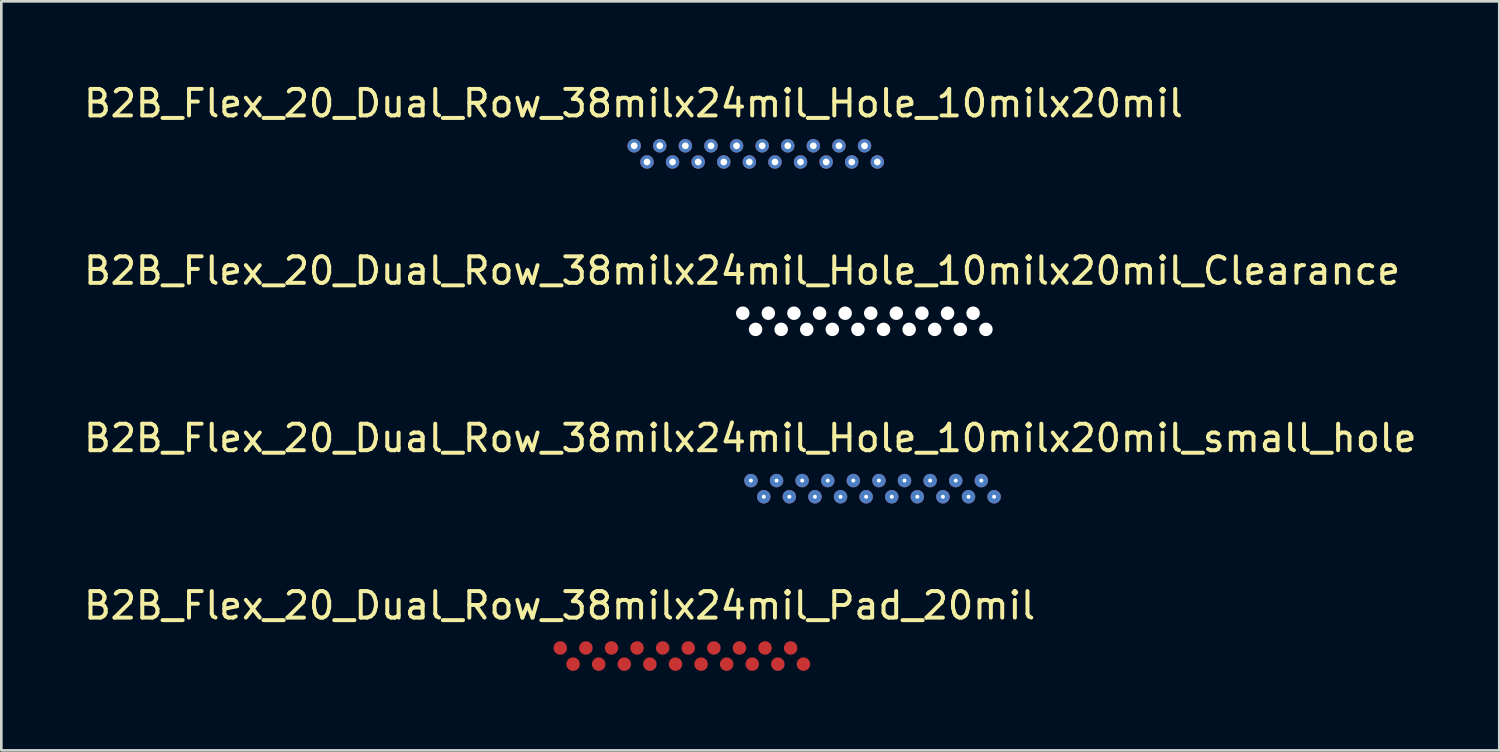
<source format=kicad_pcb>
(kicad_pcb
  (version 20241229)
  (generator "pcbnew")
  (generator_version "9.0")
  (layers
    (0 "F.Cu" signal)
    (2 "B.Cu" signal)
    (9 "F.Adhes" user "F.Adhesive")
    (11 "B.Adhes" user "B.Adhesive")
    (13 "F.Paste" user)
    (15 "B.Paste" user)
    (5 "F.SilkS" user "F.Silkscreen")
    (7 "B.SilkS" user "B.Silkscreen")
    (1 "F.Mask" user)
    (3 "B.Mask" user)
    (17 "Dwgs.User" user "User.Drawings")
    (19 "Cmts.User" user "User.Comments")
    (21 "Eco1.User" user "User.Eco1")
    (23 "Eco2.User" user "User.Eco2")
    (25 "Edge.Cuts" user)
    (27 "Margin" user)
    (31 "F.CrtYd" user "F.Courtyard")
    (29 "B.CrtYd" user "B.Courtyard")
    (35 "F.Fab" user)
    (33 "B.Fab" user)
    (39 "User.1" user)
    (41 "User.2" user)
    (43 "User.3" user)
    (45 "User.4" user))
  (footprint "B2B_Flex_20_Dual_Row_38milx24mil_Pad_20mil"
    (layer "F.Cu")
    (at 18.079 21.385)
    (property "Reference" "B2B_Flex_20_Dual_Row_38milx24mil_Pad_20mil" (at -0.025 -1.6 0) (layer "F.SilkS") (effects (font (size 1 1) (thickness 0.15))))
    (attr through_hole)
    (pad "1" smd circle (at 0 0) (size 0.508 0.508) (layers "F.Cu" "F.Mask" "F.Paste"))
    (pad "2" smd circle (at 0.483 0.61) (size 0.508 0.508) (layers "F.Cu" "F.Mask" "F.Paste"))
    (pad "3" smd circle (at 0.965 0) (size 0.508 0.508) (layers "F.Cu" "F.Mask" "F.Paste"))
    (pad "4" smd circle (at 1.448 0.61) (size 0.508 0.508) (layers "F.Cu" "F.Mask" "F.Paste"))
    (pad "5" smd circle (at 1.93 0) (size 0.508 0.508) (layers "F.Cu" "F.Mask" "F.Paste"))
    (pad "6" smd circle (at 2.413 0.61) (size 0.508 0.508) (layers "F.Cu" "F.Mask" "F.Paste"))
    (pad "7" smd circle (at 2.896 0) (size 0.508 0.508) (layers "F.Cu" "F.Mask" "F.Paste"))
    (pad "8" smd circle (at 3.378 0.61) (size 0.508 0.508) (layers "F.Cu" "F.Mask" "F.Paste"))
    (pad "9" smd circle (at 3.861 0) (size 0.508 0.508) (layers "F.Cu" "F.Mask" "F.Paste"))
    (pad "10" smd circle (at 4.343 0.61) (size 0.508 0.508) (layers "F.Cu" "F.Mask" "F.Paste"))
    (pad "11" smd circle (at 4.826 0) (size 0.508 0.508) (layers "F.Cu" "F.Mask" "F.Paste"))
    (pad "12" smd circle (at 5.309 0.61) (size 0.508 0.508) (layers "F.Cu" "F.Mask" "F.Paste"))
    (pad "13" smd circle (at 5.791 0) (size 0.508 0.508) (layers "F.Cu" "F.Mask" "F.Paste"))
    (pad "14" smd circle (at 6.274 0.61) (size 0.508 0.508) (layers "F.Cu" "F.Mask" "F.Paste"))
    (pad "15" smd circle (at 6.756 0) (size 0.508 0.508) (layers "F.Cu" "F.Mask" "F.Paste"))
    (pad "16" smd circle (at 7.239 0.61) (size 0.508 0.508) (layers "F.Cu" "F.Mask" "F.Paste"))
    (pad "17" smd circle (at 7.722 0) (size 0.508 0.508) (layers "F.Cu" "F.Mask" "F.Paste"))
    (pad "18" smd circle (at 8.204 0.61) (size 0.508 0.508) (layers "F.Cu" "F.Mask" "F.Paste"))
    (pad "19" smd circle (at 8.687 0) (size 0.508 0.508) (layers "F.Cu" "F.Mask" "F.Paste"))
    (pad "20" smd circle (at 9.169 0.61) (size 0.508 0.508) (layers "F.Cu" "F.Mask" "F.Paste")))
  (footprint "B2B_Flex_20_Dual_Row_38milx24mil_Hole_10milx20mil"
    (layer "F.Cu")
    (at 20.865 2.448)
    (property "Reference" "B2B_Flex_20_Dual_Row_38milx24mil_Hole_10milx20mil" (at -0.025 -1.6 0) (layer "F.SilkS") (effects (font (size 1 1) (thickness 0.15))))
    (attr through_hole)
    (pad "1" thru_hole circle (at 0 0) (size 0.508 0.508) (drill 0.254) (layers "*.Cu" "*.Mask"))
    (pad "2" thru_hole circle (at 0.483 0.61) (size 0.508 0.508) (drill 0.254) (layers "*.Cu" "*.Mask"))
    (pad "3" thru_hole circle (at 0.965 0) (size 0.508 0.508) (drill 0.254) (layers "*.Cu" "*.Mask"))
    (pad "4" thru_hole circle (at 1.448 0.61) (size 0.508 0.508) (drill 0.254) (layers "*.Cu" "*.Mask"))
    (pad "5" thru_hole circle (at 1.93 0) (size 0.508 0.508) (drill 0.254) (layers "*.Cu" "*.Mask"))
    (pad "6" thru_hole circle (at 2.413 0.61) (size 0.508 0.508) (drill 0.254) (layers "*.Cu" "*.Mask"))
    (pad "7" thru_hole circle (at 2.896 0) (size 0.508 0.508) (drill 0.254) (layers "*.Cu" "*.Mask"))
    (pad "8" thru_hole circle (at 3.378 0.61) (size 0.508 0.508) (drill 0.254) (layers "*.Cu" "*.Mask"))
    (pad "9" thru_hole circle (at 3.861 0) (size 0.508 0.508) (drill 0.254) (layers "*.Cu" "*.Mask"))
    (pad "10" thru_hole circle (at 4.343 0.61) (size 0.508 0.508) (drill 0.254) (layers "*.Cu" "*.Mask"))
    (pad "11" thru_hole circle (at 4.826 0) (size 0.508 0.508) (drill 0.254) (layers "*.Cu" "*.Mask"))
    (pad "12" thru_hole circle (at 5.309 0.61) (size 0.508 0.508) (drill 0.254) (layers "*.Cu" "*.Mask"))
    (pad "13" thru_hole circle (at 5.791 0) (size 0.508 0.508) (drill 0.254) (layers "*.Cu" "*.Mask"))
    (pad "14" thru_hole circle (at 6.274 0.61) (size 0.508 0.508) (drill 0.254) (layers "*.Cu" "*.Mask"))
    (pad "15" thru_hole circle (at 6.756 0) (size 0.508 0.508) (drill 0.254) (layers "*.Cu" "*.Mask"))
    (pad "16" thru_hole circle (at 7.239 0.61) (size 0.508 0.508) (drill 0.254) (layers "*.Cu" "*.Mask"))
    (pad "17" thru_hole circle (at 7.722 0) (size 0.508 0.508) (drill 0.254) (layers "*.Cu" "*.Mask"))
    (pad "18" thru_hole circle (at 8.204 0.61) (size 0.508 0.508) (drill 0.254) (layers "*.Cu" "*.Mask"))
    (pad "19" thru_hole circle (at 8.687 0) (size 0.508 0.508) (drill 0.254) (layers "*.Cu" "*.Mask"))
    (pad "20" thru_hole circle (at 9.169 0.61) (size 0.508 0.508) (drill 0.254) (layers "*.Cu" "*.Mask")))
  (footprint "B2B_Flex_20_Dual_Row_38milx24mil_Hole_10milx20mil_small_hole"
    (layer "F.Cu")
    (at 25.269 15.073)
    (property "Reference" "B2B_Flex_20_Dual_Row_38milx24mil_Hole_10milx20mil_small_hole" (at -0.025 -1.6 0) (layer "F.SilkS") (effects (font (size 1 1) (thickness 0.15))))
    (attr through_hole)
    (pad "1" thru_hole circle (at 0 0) (size 0.508 0.508) (drill 0.15) (layers "*.Cu" "*.Mask"))
    (pad "2" thru_hole circle (at 0.483 0.61) (size 0.508 0.508) (drill 0.15) (layers "*.Cu" "*.Mask"))
    (pad "3" thru_hole circle (at 0.965 0) (size 0.508 0.508) (drill 0.15) (layers "*.Cu" "*.Mask"))
    (pad "4" thru_hole circle (at 1.448 0.61) (size 0.508 0.508) (drill 0.15) (layers "*.Cu" "*.Mask"))
    (pad "5" thru_hole circle (at 1.93 0) (size 0.508 0.508) (drill 0.15) (layers "*.Cu" "*.Mask"))
    (pad "6" thru_hole circle (at 2.413 0.61) (size 0.508 0.508) (drill 0.15) (layers "*.Cu" "*.Mask"))
    (pad "7" thru_hole circle (at 2.896 0) (size 0.508 0.508) (drill 0.15) (layers "*.Cu" "*.Mask"))
    (pad "8" thru_hole circle (at 3.378 0.61) (size 0.508 0.508) (drill 0.15) (layers "*.Cu" "*.Mask"))
    (pad "9" thru_hole circle (at 3.861 0) (size 0.508 0.508) (drill 0.15) (layers "*.Cu" "*.Mask"))
    (pad "10" thru_hole circle (at 4.343 0.61) (size 0.508 0.508) (drill 0.15) (layers "*.Cu" "*.Mask"))
    (pad "11" thru_hole circle (at 4.826 0) (size 0.508 0.508) (drill 0.15) (layers "*.Cu" "*.Mask"))
    (pad "12" thru_hole circle (at 5.309 0.61) (size 0.508 0.508) (drill 0.15) (layers "*.Cu" "*.Mask"))
    (pad "13" thru_hole circle (at 5.791 0) (size 0.508 0.508) (drill 0.15) (layers "*.Cu" "*.Mask"))
    (pad "14" thru_hole circle (at 6.274 0.61) (size 0.508 0.508) (drill 0.15) (layers "*.Cu" "*.Mask"))
    (pad "15" thru_hole circle (at 6.756 0) (size 0.508 0.508) (drill 0.15) (layers "*.Cu" "*.Mask"))
    (pad "16" thru_hole circle (at 7.239 0.61) (size 0.508 0.508) (drill 0.15) (layers "*.Cu" "*.Mask"))
    (pad "17" thru_hole circle (at 7.722 0) (size 0.508 0.508) (drill 0.15) (layers "*.Cu" "*.Mask"))
    (pad "18" thru_hole circle (at 8.204 0.61) (size 0.508 0.508) (drill 0.15) (layers "*.Cu" "*.Mask"))
    (pad "19" thru_hole circle (at 8.687 0) (size 0.508 0.508) (drill 0.15) (layers "*.Cu" "*.Mask"))
    (pad "20" thru_hole circle (at 9.169 0.61) (size 0.508 0.508) (drill 0.15) (layers "*.Cu" "*.Mask")))
  (footprint "B2B_Flex_20_Dual_Row_38milx24mil_Hole_10milx20mil_Clearance"
    (layer "F.Cu")
    (at 24.96 8.761)
    (property "Reference" "B2B_Flex_20_Dual_Row_38milx24mil_Hole_10milx20mil_Clearance" (at -0.025 -1.6 0) (layer "F.SilkS") (effects (font (size 1 1) (thickness 0.15))))
    (attr through_hole)
    (pad "" np_thru_hole circle (at 0 0) (size 0.508 0.508) (drill 0.508) (layers "*.Cu" "*.Mask"))
    (pad "" np_thru_hole circle (at 0.483 0.61) (size 0.508 0.508) (drill 0.508) (layers "*.Cu" "*.Mask"))
    (pad "" np_thru_hole circle (at 0.965 0) (size 0.508 0.508) (drill 0.508) (layers "*.Cu" "*.Mask"))
    (pad "" np_thru_hole circle (at 1.448 0.61) (size 0.508 0.508) (drill 0.508) (layers "*.Cu" "*.Mask"))
    (pad "" np_thru_hole circle (at 1.93 0) (size 0.508 0.508) (drill 0.508) (layers "*.Cu" "*.Mask"))
    (pad "" np_thru_hole circle (at 2.413 0.61) (size 0.508 0.508) (drill 0.508) (layers "*.Cu" "*.Mask"))
    (pad "" np_thru_hole circle (at 2.896 0) (size 0.508 0.508) (drill 0.508) (layers "*.Cu" "*.Mask"))
    (pad "" np_thru_hole circle (at 3.378 0.61) (size 0.508 0.508) (drill 0.508) (layers "*.Cu" "*.Mask"))
    (pad "" np_thru_hole circle (at 3.861 0) (size 0.508 0.508) (drill 0.508) (layers "*.Cu" "*.Mask"))
    (pad "" np_thru_hole circle (at 4.343 0.61) (size 0.508 0.508) (drill 0.508) (layers "*.Cu" "*.Mask"))
    (pad "" np_thru_hole circle (at 4.826 0) (size 0.508 0.508) (drill 0.508) (layers "*.Cu" "*.Mask"))
    (pad "" np_thru_hole circle (at 5.309 0.61) (size 0.508 0.508) (drill 0.508) (layers "*.Cu" "*.Mask"))
    (pad "" np_thru_hole circle (at 5.791 0) (size 0.508 0.508) (drill 0.508) (layers "*.Cu" "*.Mask"))
    (pad "" np_thru_hole circle (at 6.274 0.61) (size 0.508 0.508) (drill 0.508) (layers "*.Cu" "*.Mask"))
    (pad "" np_thru_hole circle (at 6.756 0) (size 0.508 0.508) (drill 0.508) (layers "*.Cu" "*.Mask"))
    (pad "" np_thru_hole circle (at 7.239 0.61) (size 0.508 0.508) (drill 0.508) (layers "*.Cu" "*.Mask"))
    (pad "" np_thru_hole circle (at 7.722 0) (size 0.508 0.508) (drill 0.508) (layers "*.Cu" "*.Mask"))
    (pad "" np_thru_hole circle (at 8.204 0.61) (size 0.508 0.508) (drill 0.508) (layers "*.Cu" "*.Mask"))
    (pad "" np_thru_hole circle (at 8.687 0) (size 0.508 0.508) (drill 0.508) (layers "*.Cu" "*.Mask"))
    (pad "" np_thru_hole circle (at 9.169 0.61) (size 0.508 0.508) (drill 0.508) (layers "*.Cu" "*.Mask")))
  (gr_rect
    (start -3 -3)
    (end 53.488 25.248)
    (stroke (width 0.1) (type default))
    (fill no)
    (layer "Edge.Cuts")))
</source>
